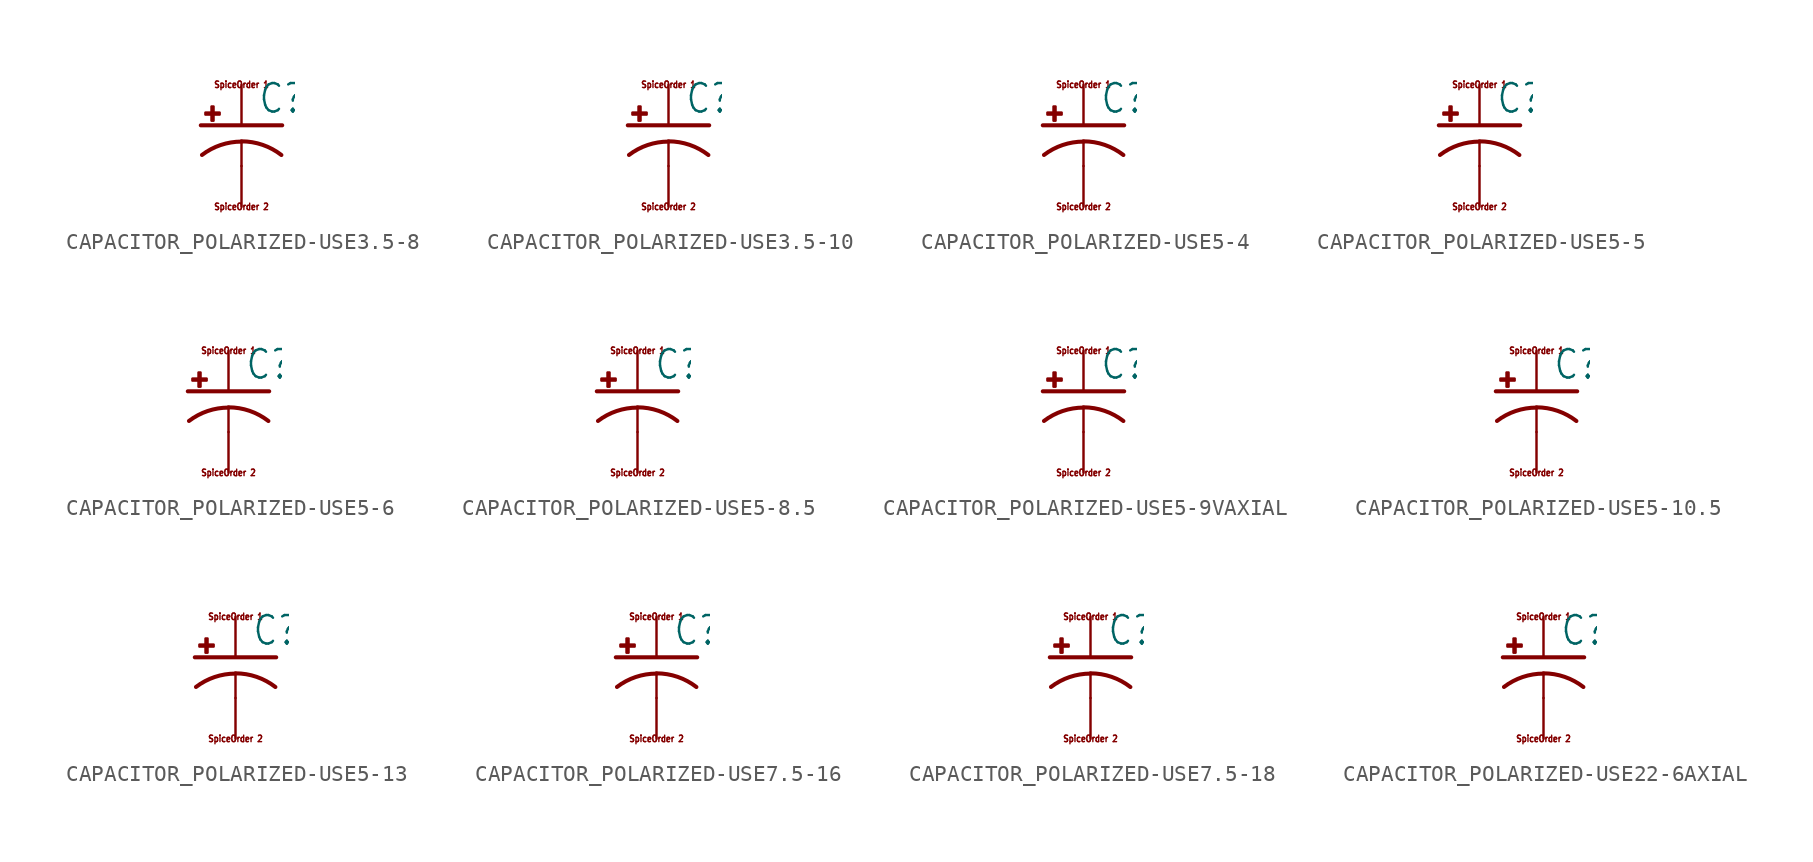
<source format=kicad_sym>
(kicad_symbol_lib
  (version 20231120)
  (generator "kicad_symbol_editor")
  (generator_version "8.0")
  (symbol "CAPACITOR_POLARIZED-USE3.5-8"
    (property "Reference" "C"
      (at 1.016 0.635 0)
      (effects (font (size 1.778 1.511)) (justify left bottom)))
    (property "Value" ""
      (at 1.016 -4.191 0)
      (effects (font (size 1.778 1.511)) (justify left bottom)))
    (property "ki_locked" ""
      (at 0 0 0)
      (effects (font (size 1.27 1.27))))
    (symbol "CAPACITOR_POLARIZED-USE3.5-8_1_0"
      (rectangle (start -2.253 0.668) (end -1.364 0.795) (stroke (width 0) (type default)) (fill (type outline)))
      (rectangle (start -1.872 0.287) (end -1.745 1.176) (stroke (width 0) (type default)) (fill (type outline)))
      (arc (start 0 -1.0161) (mid -1.3021 -1.2303) (end -2.4669 -1.8504) (stroke (width 0.254) (type solid)) (fill (type none)))
      (polyline (pts (xy -2.54 0) (xy 2.54 0)) (stroke (width 0.254) (type solid)) (fill (type none)))
      (polyline (pts (xy 0 -1.016) (xy 0 -2.54)) (stroke (width 0.152) (type solid)) (fill (type none)))
      (arc (start 2.4892 -1.8541) (mid 1.3158 -1.2194) (end 0 -1) (stroke (width 0.254) (type solid)) (fill (type none)))
      (text "SpiceOrder 1" (at 0 2.54 0) (effects (font (size 0.406 0.345))))
      (text "SpiceOrder 2" (at 0 -5.08 0) (effects (font (size 0.406 0.345))))
      (pin passive line (at 0 2.54 270) (length 2.54) (name "+" (effects (font (size 0 0)))) (number "+" (effects (font (size 0 0)))))
      (pin passive line (at 0 -5.08 90) (length 2.54) (name "-" (effects (font (size 0 0)))) (number "-" (effects (font (size 0 0)))))))
  (symbol "CAPACITOR_POLARIZED-USE3.5-10"
    (property "Reference" "C"
      (at 1.016 0.635 0)
      (effects (font (size 1.778 1.511)) (justify left bottom)))
    (property "Value" ""
      (at 1.016 -4.191 0)
      (effects (font (size 1.778 1.511)) (justify left bottom)))
    (property "ki_locked" ""
      (at 0 0 0)
      (effects (font (size 1.27 1.27))))
    (symbol "CAPACITOR_POLARIZED-USE3.5-10_1_0"
      (rectangle (start -2.253 0.668) (end -1.364 0.795) (stroke (width 0) (type default)) (fill (type outline)))
      (rectangle (start -1.872 0.287) (end -1.745 1.176) (stroke (width 0) (type default)) (fill (type outline)))
      (arc (start 0 -1.0161) (mid -1.3021 -1.2303) (end -2.4669 -1.8504) (stroke (width 0.254) (type solid)) (fill (type none)))
      (polyline (pts (xy -2.54 0) (xy 2.54 0)) (stroke (width 0.254) (type solid)) (fill (type none)))
      (polyline (pts (xy 0 -1.016) (xy 0 -2.54)) (stroke (width 0.152) (type solid)) (fill (type none)))
      (arc (start 2.4892 -1.8541) (mid 1.3158 -1.2194) (end 0 -1) (stroke (width 0.254) (type solid)) (fill (type none)))
      (text "SpiceOrder 1" (at 0 2.54 0) (effects (font (size 0.406 0.345))))
      (text "SpiceOrder 2" (at 0 -5.08 0) (effects (font (size 0.406 0.345))))
      (pin passive line (at 0 2.54 270) (length 2.54) (name "+" (effects (font (size 0 0)))) (number "+" (effects (font (size 0 0)))))
      (pin passive line (at 0 -5.08 90) (length 2.54) (name "-" (effects (font (size 0 0)))) (number "-" (effects (font (size 0 0)))))))
  (symbol "CAPACITOR_POLARIZED-USE5-4"
    (property "Reference" "C"
      (at 1.016 0.635 0)
      (effects (font (size 1.778 1.511)) (justify left bottom)))
    (property "Value" ""
      (at 1.016 -4.191 0)
      (effects (font (size 1.778 1.511)) (justify left bottom)))
    (property "ki_locked" ""
      (at 0 0 0)
      (effects (font (size 1.27 1.27))))
    (symbol "CAPACITOR_POLARIZED-USE5-4_1_0"
      (rectangle (start -2.253 0.668) (end -1.364 0.795) (stroke (width 0) (type default)) (fill (type outline)))
      (rectangle (start -1.872 0.287) (end -1.745 1.176) (stroke (width 0) (type default)) (fill (type outline)))
      (arc (start 0 -1.0161) (mid -1.3021 -1.2303) (end -2.4669 -1.8504) (stroke (width 0.254) (type solid)) (fill (type none)))
      (polyline (pts (xy -2.54 0) (xy 2.54 0)) (stroke (width 0.254) (type solid)) (fill (type none)))
      (polyline (pts (xy 0 -1.016) (xy 0 -2.54)) (stroke (width 0.152) (type solid)) (fill (type none)))
      (arc (start 2.4892 -1.8541) (mid 1.3158 -1.2194) (end 0 -1) (stroke (width 0.254) (type solid)) (fill (type none)))
      (text "SpiceOrder 1" (at 0 2.54 0) (effects (font (size 0.406 0.345))))
      (text "SpiceOrder 2" (at 0 -5.08 0) (effects (font (size 0.406 0.345))))
      (pin passive line (at 0 2.54 270) (length 2.54) (name "+" (effects (font (size 0 0)))) (number "+" (effects (font (size 0 0)))))
      (pin passive line (at 0 -5.08 90) (length 2.54) (name "-" (effects (font (size 0 0)))) (number "-" (effects (font (size 0 0)))))))
  (symbol "CAPACITOR_POLARIZED-USE5-5"
    (property "Reference" "C"
      (at 1.016 0.635 0)
      (effects (font (size 1.778 1.511)) (justify left bottom)))
    (property "Value" ""
      (at 1.016 -4.191 0)
      (effects (font (size 1.778 1.511)) (justify left bottom)))
    (property "ki_locked" ""
      (at 0 0 0)
      (effects (font (size 1.27 1.27))))
    (symbol "CAPACITOR_POLARIZED-USE5-5_1_0"
      (rectangle (start -2.253 0.668) (end -1.364 0.795) (stroke (width 0) (type default)) (fill (type outline)))
      (rectangle (start -1.872 0.287) (end -1.745 1.176) (stroke (width 0) (type default)) (fill (type outline)))
      (arc (start 0 -1.0161) (mid -1.3021 -1.2303) (end -2.4669 -1.8504) (stroke (width 0.254) (type solid)) (fill (type none)))
      (polyline (pts (xy -2.54 0) (xy 2.54 0)) (stroke (width 0.254) (type solid)) (fill (type none)))
      (polyline (pts (xy 0 -1.016) (xy 0 -2.54)) (stroke (width 0.152) (type solid)) (fill (type none)))
      (arc (start 2.4892 -1.8541) (mid 1.3158 -1.2194) (end 0 -1) (stroke (width 0.254) (type solid)) (fill (type none)))
      (text "SpiceOrder 1" (at 0 2.54 0) (effects (font (size 0.406 0.345))))
      (text "SpiceOrder 2" (at 0 -5.08 0) (effects (font (size 0.406 0.345))))
      (pin passive line (at 0 2.54 270) (length 2.54) (name "+" (effects (font (size 0 0)))) (number "+" (effects (font (size 0 0)))))
      (pin passive line (at 0 -5.08 90) (length 2.54) (name "-" (effects (font (size 0 0)))) (number "-" (effects (font (size 0 0)))))))
  (symbol "CAPACITOR_POLARIZED-USE5-6"
    (property "Reference" "C"
      (at 1.016 0.635 0)
      (effects (font (size 1.778 1.511)) (justify left bottom)))
    (property "Value" ""
      (at 1.016 -4.191 0)
      (effects (font (size 1.778 1.511)) (justify left bottom)))
    (property "ki_locked" ""
      (at 0 0 0)
      (effects (font (size 1.27 1.27))))
    (symbol "CAPACITOR_POLARIZED-USE5-6_1_0"
      (rectangle (start -2.253 0.668) (end -1.364 0.795) (stroke (width 0) (type default)) (fill (type outline)))
      (rectangle (start -1.872 0.287) (end -1.745 1.176) (stroke (width 0) (type default)) (fill (type outline)))
      (arc (start 0 -1.0161) (mid -1.3021 -1.2303) (end -2.4669 -1.8504) (stroke (width 0.254) (type solid)) (fill (type none)))
      (polyline (pts (xy -2.54 0) (xy 2.54 0)) (stroke (width 0.254) (type solid)) (fill (type none)))
      (polyline (pts (xy 0 -1.016) (xy 0 -2.54)) (stroke (width 0.152) (type solid)) (fill (type none)))
      (arc (start 2.4892 -1.8541) (mid 1.3158 -1.2194) (end 0 -1) (stroke (width 0.254) (type solid)) (fill (type none)))
      (text "SpiceOrder 1" (at 0 2.54 0) (effects (font (size 0.406 0.345))))
      (text "SpiceOrder 2" (at 0 -5.08 0) (effects (font (size 0.406 0.345))))
      (pin passive line (at 0 2.54 270) (length 2.54) (name "+" (effects (font (size 0 0)))) (number "+" (effects (font (size 0 0)))))
      (pin passive line (at 0 -5.08 90) (length 2.54) (name "-" (effects (font (size 0 0)))) (number "-" (effects (font (size 0 0)))))))
  (symbol "CAPACITOR_POLARIZED-USE5-8.5"
    (property "Reference" "C"
      (at 1.016 0.635 0)
      (effects (font (size 1.778 1.511)) (justify left bottom)))
    (property "Value" ""
      (at 1.016 -4.191 0)
      (effects (font (size 1.778 1.511)) (justify left bottom)))
    (property "ki_locked" ""
      (at 0 0 0)
      (effects (font (size 1.27 1.27))))
    (symbol "CAPACITOR_POLARIZED-USE5-8.5_1_0"
      (rectangle (start -2.253 0.668) (end -1.364 0.795) (stroke (width 0) (type default)) (fill (type outline)))
      (rectangle (start -1.872 0.287) (end -1.745 1.176) (stroke (width 0) (type default)) (fill (type outline)))
      (arc (start 0 -1.0161) (mid -1.3021 -1.2303) (end -2.4669 -1.8504) (stroke (width 0.254) (type solid)) (fill (type none)))
      (polyline (pts (xy -2.54 0) (xy 2.54 0)) (stroke (width 0.254) (type solid)) (fill (type none)))
      (polyline (pts (xy 0 -1.016) (xy 0 -2.54)) (stroke (width 0.152) (type solid)) (fill (type none)))
      (arc (start 2.4892 -1.8541) (mid 1.3158 -1.2194) (end 0 -1) (stroke (width 0.254) (type solid)) (fill (type none)))
      (text "SpiceOrder 1" (at 0 2.54 0) (effects (font (size 0.406 0.345))))
      (text "SpiceOrder 2" (at 0 -5.08 0) (effects (font (size 0.406 0.345))))
      (pin passive line (at 0 2.54 270) (length 2.54) (name "+" (effects (font (size 0 0)))) (number "+" (effects (font (size 0 0)))))
      (pin passive line (at 0 -5.08 90) (length 2.54) (name "-" (effects (font (size 0 0)))) (number "-" (effects (font (size 0 0)))))))
  (symbol "CAPACITOR_POLARIZED-USE5-9VAXIAL"
    (property "Reference" "C"
      (at 1.016 0.635 0)
      (effects (font (size 1.778 1.511)) (justify left bottom)))
    (property "Value" ""
      (at 1.016 -4.191 0)
      (effects (font (size 1.778 1.511)) (justify left bottom)))
    (property "ki_locked" ""
      (at 0 0 0)
      (effects (font (size 1.27 1.27))))
    (symbol "CAPACITOR_POLARIZED-USE5-9VAXIAL_1_0"
      (rectangle (start -2.253 0.668) (end -1.364 0.795) (stroke (width 0) (type default)) (fill (type outline)))
      (rectangle (start -1.872 0.287) (end -1.745 1.176) (stroke (width 0) (type default)) (fill (type outline)))
      (arc (start 0 -1.0161) (mid -1.3021 -1.2303) (end -2.4669 -1.8504) (stroke (width 0.254) (type solid)) (fill (type none)))
      (polyline (pts (xy -2.54 0) (xy 2.54 0)) (stroke (width 0.254) (type solid)) (fill (type none)))
      (polyline (pts (xy 0 -1.016) (xy 0 -2.54)) (stroke (width 0.152) (type solid)) (fill (type none)))
      (arc (start 2.4892 -1.8541) (mid 1.3158 -1.2194) (end 0 -1) (stroke (width 0.254) (type solid)) (fill (type none)))
      (text "SpiceOrder 1" (at 0 2.54 0) (effects (font (size 0.406 0.345))))
      (text "SpiceOrder 2" (at 0 -5.08 0) (effects (font (size 0.406 0.345))))
      (pin passive line (at 0 2.54 270) (length 2.54) (name "+" (effects (font (size 0 0)))) (number "+" (effects (font (size 0 0)))))
      (pin passive line (at 0 -5.08 90) (length 2.54) (name "-" (effects (font (size 0 0)))) (number "-" (effects (font (size 0 0)))))))
  (symbol "CAPACITOR_POLARIZED-USE5-10.5"
    (property "Reference" "C"
      (at 1.016 0.635 0)
      (effects (font (size 1.778 1.511)) (justify left bottom)))
    (property "Value" ""
      (at 1.016 -4.191 0)
      (effects (font (size 1.778 1.511)) (justify left bottom)))
    (property "ki_locked" ""
      (at 0 0 0)
      (effects (font (size 1.27 1.27))))
    (symbol "CAPACITOR_POLARIZED-USE5-10.5_1_0"
      (rectangle (start -2.253 0.668) (end -1.364 0.795) (stroke (width 0) (type default)) (fill (type outline)))
      (rectangle (start -1.872 0.287) (end -1.745 1.176) (stroke (width 0) (type default)) (fill (type outline)))
      (arc (start 0 -1.0161) (mid -1.3021 -1.2303) (end -2.4669 -1.8504) (stroke (width 0.254) (type solid)) (fill (type none)))
      (polyline (pts (xy -2.54 0) (xy 2.54 0)) (stroke (width 0.254) (type solid)) (fill (type none)))
      (polyline (pts (xy 0 -1.016) (xy 0 -2.54)) (stroke (width 0.152) (type solid)) (fill (type none)))
      (arc (start 2.4892 -1.8541) (mid 1.3158 -1.2194) (end 0 -1) (stroke (width 0.254) (type solid)) (fill (type none)))
      (text "SpiceOrder 1" (at 0 2.54 0) (effects (font (size 0.406 0.345))))
      (text "SpiceOrder 2" (at 0 -5.08 0) (effects (font (size 0.406 0.345))))
      (pin passive line (at 0 2.54 270) (length 2.54) (name "+" (effects (font (size 0 0)))) (number "+" (effects (font (size 0 0)))))
      (pin passive line (at 0 -5.08 90) (length 2.54) (name "-" (effects (font (size 0 0)))) (number "-" (effects (font (size 0 0)))))))
  (symbol "CAPACITOR_POLARIZED-USE5-13"
    (property "Reference" "C"
      (at 1.016 0.635 0)
      (effects (font (size 1.778 1.511)) (justify left bottom)))
    (property "Value" ""
      (at 1.016 -4.191 0)
      (effects (font (size 1.778 1.511)) (justify left bottom)))
    (property "ki_locked" ""
      (at 0 0 0)
      (effects (font (size 1.27 1.27))))
    (symbol "CAPACITOR_POLARIZED-USE5-13_1_0"
      (rectangle (start -2.253 0.668) (end -1.364 0.795) (stroke (width 0) (type default)) (fill (type outline)))
      (rectangle (start -1.872 0.287) (end -1.745 1.176) (stroke (width 0) (type default)) (fill (type outline)))
      (arc (start 0 -1.0161) (mid -1.3021 -1.2303) (end -2.4669 -1.8504) (stroke (width 0.254) (type solid)) (fill (type none)))
      (polyline (pts (xy -2.54 0) (xy 2.54 0)) (stroke (width 0.254) (type solid)) (fill (type none)))
      (polyline (pts (xy 0 -1.016) (xy 0 -2.54)) (stroke (width 0.152) (type solid)) (fill (type none)))
      (arc (start 2.4892 -1.8541) (mid 1.3158 -1.2194) (end 0 -1) (stroke (width 0.254) (type solid)) (fill (type none)))
      (text "SpiceOrder 1" (at 0 2.54 0) (effects (font (size 0.406 0.345))))
      (text "SpiceOrder 2" (at 0 -5.08 0) (effects (font (size 0.406 0.345))))
      (pin passive line (at 0 2.54 270) (length 2.54) (name "+" (effects (font (size 0 0)))) (number "+" (effects (font (size 0 0)))))
      (pin passive line (at 0 -5.08 90) (length 2.54) (name "-" (effects (font (size 0 0)))) (number "-" (effects (font (size 0 0)))))))
  (symbol "CAPACITOR_POLARIZED-USE7.5-16"
    (property "Reference" "C"
      (at 1.016 0.635 0)
      (effects (font (size 1.778 1.511)) (justify left bottom)))
    (property "Value" ""
      (at 1.016 -4.191 0)
      (effects (font (size 1.778 1.511)) (justify left bottom)))
    (property "ki_locked" ""
      (at 0 0 0)
      (effects (font (size 1.27 1.27))))
    (symbol "CAPACITOR_POLARIZED-USE7.5-16_1_0"
      (rectangle (start -2.253 0.668) (end -1.364 0.795) (stroke (width 0) (type default)) (fill (type outline)))
      (rectangle (start -1.872 0.287) (end -1.745 1.176) (stroke (width 0) (type default)) (fill (type outline)))
      (arc (start 0 -1.0161) (mid -1.3021 -1.2303) (end -2.4669 -1.8504) (stroke (width 0.254) (type solid)) (fill (type none)))
      (polyline (pts (xy -2.54 0) (xy 2.54 0)) (stroke (width 0.254) (type solid)) (fill (type none)))
      (polyline (pts (xy 0 -1.016) (xy 0 -2.54)) (stroke (width 0.152) (type solid)) (fill (type none)))
      (arc (start 2.4892 -1.8541) (mid 1.3158 -1.2194) (end 0 -1) (stroke (width 0.254) (type solid)) (fill (type none)))
      (text "SpiceOrder 1" (at 0 2.54 0) (effects (font (size 0.406 0.345))))
      (text "SpiceOrder 2" (at 0 -5.08 0) (effects (font (size 0.406 0.345))))
      (pin passive line (at 0 2.54 270) (length 2.54) (name "+" (effects (font (size 0 0)))) (number "+" (effects (font (size 0 0)))))
      (pin passive line (at 0 -5.08 90) (length 2.54) (name "-" (effects (font (size 0 0)))) (number "-" (effects (font (size 0 0)))))))
  (symbol "CAPACITOR_POLARIZED-USE7.5-18"
    (property "Reference" "C"
      (at 1.016 0.635 0)
      (effects (font (size 1.778 1.511)) (justify left bottom)))
    (property "Value" ""
      (at 1.016 -4.191 0)
      (effects (font (size 1.778 1.511)) (justify left bottom)))
    (property "ki_locked" ""
      (at 0 0 0)
      (effects (font (size 1.27 1.27))))
    (symbol "CAPACITOR_POLARIZED-USE7.5-18_1_0"
      (rectangle (start -2.253 0.668) (end -1.364 0.795) (stroke (width 0) (type default)) (fill (type outline)))
      (rectangle (start -1.872 0.287) (end -1.745 1.176) (stroke (width 0) (type default)) (fill (type outline)))
      (arc (start 0 -1.0161) (mid -1.3021 -1.2303) (end -2.4669 -1.8504) (stroke (width 0.254) (type solid)) (fill (type none)))
      (polyline (pts (xy -2.54 0) (xy 2.54 0)) (stroke (width 0.254) (type solid)) (fill (type none)))
      (polyline (pts (xy 0 -1.016) (xy 0 -2.54)) (stroke (width 0.152) (type solid)) (fill (type none)))
      (arc (start 2.4892 -1.8541) (mid 1.3158 -1.2194) (end 0 -1) (stroke (width 0.254) (type solid)) (fill (type none)))
      (text "SpiceOrder 1" (at 0 2.54 0) (effects (font (size 0.406 0.345))))
      (text "SpiceOrder 2" (at 0 -5.08 0) (effects (font (size 0.406 0.345))))
      (pin passive line (at 0 2.54 270) (length 2.54) (name "+" (effects (font (size 0 0)))) (number "+" (effects (font (size 0 0)))))
      (pin passive line (at 0 -5.08 90) (length 2.54) (name "-" (effects (font (size 0 0)))) (number "-" (effects (font (size 0 0)))))))
  (symbol "CAPACITOR_POLARIZED-USE22-6AXIAL"
    (property "Reference" "C"
      (at 1.016 0.635 0)
      (effects (font (size 1.778 1.511)) (justify left bottom)))
    (property "Value" ""
      (at 1.016 -4.191 0)
      (effects (font (size 1.778 1.511)) (justify left bottom)))
    (property "ki_locked" ""
      (at 0 0 0)
      (effects (font (size 1.27 1.27))))
    (symbol "CAPACITOR_POLARIZED-USE22-6AXIAL_1_0"
      (rectangle (start -2.253 0.668) (end -1.364 0.795) (stroke (width 0) (type default)) (fill (type outline)))
      (rectangle (start -1.872 0.287) (end -1.745 1.176) (stroke (width 0) (type default)) (fill (type outline)))
      (arc (start 0 -1.0161) (mid -1.3021 -1.2303) (end -2.4669 -1.8504) (stroke (width 0.254) (type solid)) (fill (type none)))
      (polyline (pts (xy -2.54 0) (xy 2.54 0)) (stroke (width 0.254) (type solid)) (fill (type none)))
      (polyline (pts (xy 0 -1.016) (xy 0 -2.54)) (stroke (width 0.152) (type solid)) (fill (type none)))
      (arc (start 2.4892 -1.8541) (mid 1.3158 -1.2194) (end 0 -1) (stroke (width 0.254) (type solid)) (fill (type none)))
      (text "SpiceOrder 1" (at 0 2.54 0) (effects (font (size 0.406 0.345))))
      (text "SpiceOrder 2" (at 0 -5.08 0) (effects (font (size 0.406 0.345))))
      (pin passive line (at 0 2.54 270) (length 2.54) (name "+" (effects (font (size 0 0)))) (number "+" (effects (font (size 0 0)))))
      (pin passive line (at 0 -5.08 90) (length 2.54) (name "-" (effects (font (size 0 0)))) (number "-" (effects (font (size 0 0))))))))
</source>
